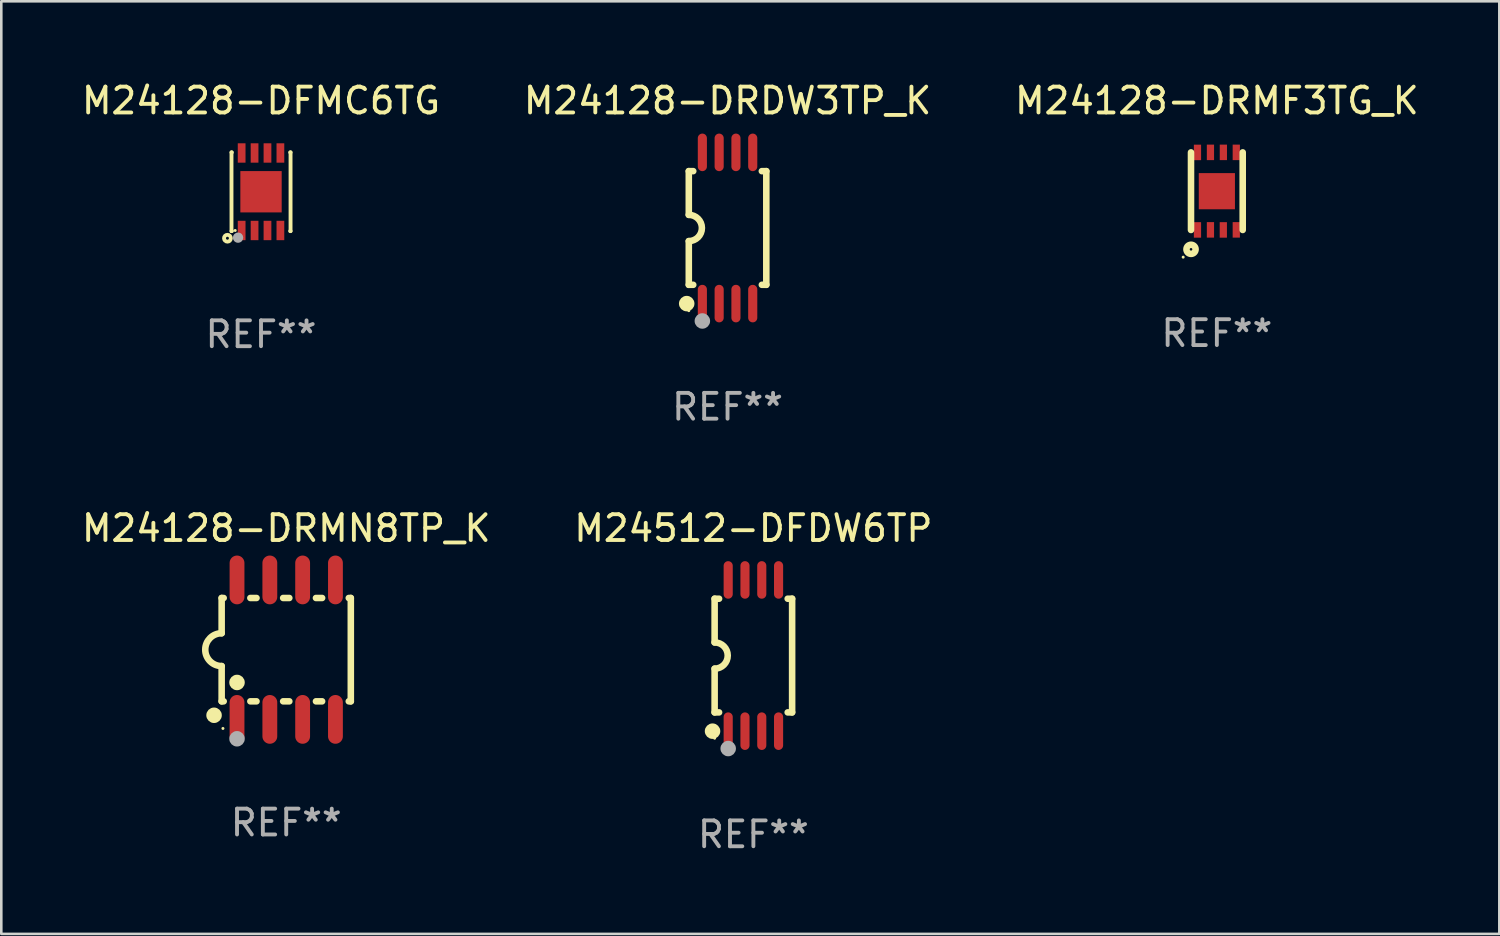
<source format=kicad_pcb>
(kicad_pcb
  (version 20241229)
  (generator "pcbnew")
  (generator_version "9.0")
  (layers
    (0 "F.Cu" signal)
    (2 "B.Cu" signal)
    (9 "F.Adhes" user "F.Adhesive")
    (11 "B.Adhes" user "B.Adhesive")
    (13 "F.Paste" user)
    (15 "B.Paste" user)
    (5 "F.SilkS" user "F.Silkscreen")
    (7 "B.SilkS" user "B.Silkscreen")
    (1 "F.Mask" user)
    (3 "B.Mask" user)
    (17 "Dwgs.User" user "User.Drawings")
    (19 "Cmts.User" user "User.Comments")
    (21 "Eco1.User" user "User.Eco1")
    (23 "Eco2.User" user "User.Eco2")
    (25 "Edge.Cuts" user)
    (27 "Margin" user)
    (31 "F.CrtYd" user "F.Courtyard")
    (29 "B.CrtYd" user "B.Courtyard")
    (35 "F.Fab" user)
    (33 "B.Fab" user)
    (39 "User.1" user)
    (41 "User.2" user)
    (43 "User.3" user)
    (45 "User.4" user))
  (footprint "M24128-DRMN8TP_K"
    (layer "F.Cu")
    (at 8.03 22.098)
    (property "Reference" "M24128-DRMN8TP_K" (at 0 -4.699 0) (layer "F.SilkS") (effects (font (size 1 1) (thickness 0.15))))
    (attr through_hole)
    (fp_line (start -2.5 -2) (end -2.5 -0.635) (stroke (width 0.254) (type solid)) (layer "F.SilkS"))
    (fp_line (start -2.5 -2) (end -2.421 -2) (stroke (width 0.254) (type solid)) (layer "F.SilkS"))
    (fp_line (start -2.5 2) (end -2.5 0.635) (stroke (width 0.254) (type solid)) (layer "F.SilkS"))
    (fp_line (start -2.5 2) (end -2.421 2) (stroke (width 0.254) (type solid)) (layer "F.SilkS"))
    (fp_line (start -1.389 -2) (end -1.151 -2) (stroke (width 0.254) (type solid)) (layer "F.SilkS"))
    (fp_line (start -1.389 2) (end -1.151 2) (stroke (width 0.254) (type solid)) (layer "F.SilkS"))
    (fp_line (start -0.119 -2) (end 0.119 -2) (stroke (width 0.254) (type solid)) (layer "F.SilkS"))
    (fp_line (start -0.119 2) (end 0.119 2) (stroke (width 0.254) (type solid)) (layer "F.SilkS"))
    (fp_line (start 1.151 -2) (end 1.389 -2) (stroke (width 0.254) (type solid)) (layer "F.SilkS"))
    (fp_line (start 1.151 2) (end 1.389 2) (stroke (width 0.254) (type solid)) (layer "F.SilkS"))
    (fp_line (start 2.421 -2) (end 2.5 -2) (stroke (width 0.254) (type solid)) (layer "F.SilkS"))
    (fp_line (start 2.421 2) (end 2.5 2) (stroke (width 0.254) (type solid)) (layer "F.SilkS"))
    (fp_line (start 2.5 -2) (end 2.5 2) (stroke (width 0.254) (type solid)) (layer "F.SilkS"))
    (fp_arc (start -2.5 0.635001) (mid -3.134366 -0.000318) (end -2.499365 -0.635001) (stroke (width 0.254001) (type solid)) (layer "F.SilkS"))
    (fp_circle (center -2.794 2.54) (end -2.644 2.54) (stroke (width 0.3) (type solid)) (fill no) (layer "F.SilkS"))
    (fp_circle (center -2.45 3.05) (end -2.42 3.05) (stroke (width 0.06) (type solid)) (fill no) (layer "F.SilkS"))
    (fp_circle (center -1.905 1.27) (end -1.755 1.27) (stroke (width 0.3) (type solid)) (fill no) (layer "F.SilkS"))
    (fp_circle (center -1.905 3.45) (end -1.755 3.45) (stroke (width 0.3) (type solid)) (fill no) (layer "F.Fab"))
    (fp_text user "REF**" (at 0 6.699 0) (layer "F.Fab") (effects (font (size 1 1) (thickness 0.15))))
    (pad "1" smd oval (at -1.905 2.699) (size 0.574 1.888) (layers "F.Cu" "F.Mask" "F.Paste"))
    (pad "2" smd oval (at -0.635 2.699) (size 0.574 1.888) (layers "F.Cu" "F.Mask" "F.Paste"))
    (pad "3" smd oval (at 0.635 2.699) (size 0.574 1.888) (layers "F.Cu" "F.Mask" "F.Paste"))
    (pad "4" smd oval (at 1.905 2.699) (size 0.574 1.888) (layers "F.Cu" "F.Mask" "F.Paste"))
    (pad "5" smd oval (at 1.905 -2.699) (size 0.574 1.888) (layers "F.Cu" "F.Mask" "F.Paste"))
    (pad "6" smd oval (at 0.635 -2.699) (size 0.574 1.888) (layers "F.Cu" "F.Mask" "F.Paste"))
    (pad "7" smd oval (at -0.635 -2.699) (size 0.574 1.888) (layers "F.Cu" "F.Mask" "F.Paste"))
    (pad "8" smd oval (at -1.905 -2.699) (size 0.574 1.888) (layers "F.Cu" "F.Mask" "F.Paste")))
  (footprint "M24128-DRDW3TP_K"
    (layer "F.Cu")
    (at 25.113 5.775)
    (property "Reference" "M24128-DRDW3TP_K" (at 0 -4.927 0) (layer "F.SilkS") (effects (font (size 1 1) (thickness 0.15))))
    (attr through_hole)
    (fp_line (start -1.5 -2.2) (end -1.5 -0.508) (stroke (width 0.254) (type solid)) (layer "F.SilkS"))
    (fp_line (start -1.5 -2.2) (end -1.328 -2.2) (stroke (width 0.254) (type solid)) (layer "F.SilkS"))
    (fp_line (start -1.5 2.2) (end -1.5 0.508) (stroke (width 0.254) (type solid)) (layer "F.SilkS"))
    (fp_line (start -1.5 2.2) (end -1.328 2.2) (stroke (width 0.254) (type solid)) (layer "F.SilkS"))
    (fp_line (start 1.328 -2.2) (end 1.5 -2.2) (stroke (width 0.254) (type solid)) (layer "F.SilkS"))
    (fp_line (start 1.328 2.2) (end 1.5 2.2) (stroke (width 0.254) (type solid)) (layer "F.SilkS"))
    (fp_line (start 1.5 -2.2) (end 1.5 2.2) (stroke (width 0.254) (type solid)) (layer "F.SilkS"))
    (fp_arc (start -1.501144 -0.508) (mid -0.993143 -0.000571) (end -1.5 0.508001) (stroke (width 0.254001) (type solid)) (layer "F.SilkS"))
    (fp_circle (center -1.581 2.927) (end -1.431 2.927) (stroke (width 0.3) (type solid)) (fill no) (layer "F.SilkS"))
    (fp_circle (center -1.5 3.2) (end -1.47 3.2) (stroke (width 0.06) (type solid)) (fill no) (layer "F.SilkS"))
    (fp_circle (center -0.975 3.6) (end -0.825 3.6) (stroke (width 0.3) (type solid)) (fill no) (layer "F.Fab"))
    (fp_text user "REF**" (at 0 6.927 0) (layer "F.Fab") (effects (font (size 1 1) (thickness 0.15))))
    (pad "1" smd oval (at -0.975 2.927) (size 0.353 1.454) (layers "F.Cu" "F.Mask" "F.Paste"))
    (pad "2" smd oval (at -0.325 2.927) (size 0.353 1.454) (layers "F.Cu" "F.Mask" "F.Paste"))
    (pad "3" smd oval (at 0.325 2.927) (size 0.353 1.454) (layers "F.Cu" "F.Mask" "F.Paste"))
    (pad "4" smd oval (at 0.975 2.927) (size 0.353 1.454) (layers "F.Cu" "F.Mask" "F.Paste"))
    (pad "5" smd oval (at 0.975 -2.927) (size 0.353 1.454) (layers "F.Cu" "F.Mask" "F.Paste"))
    (pad "6" smd oval (at 0.325 -2.927) (size 0.353 1.454) (layers "F.Cu" "F.Mask" "F.Paste"))
    (pad "7" smd oval (at -0.325 -2.927) (size 0.353 1.454) (layers "F.Cu" "F.Mask" "F.Paste"))
    (pad "8" smd oval (at -0.975 -2.927) (size 0.353 1.454) (layers "F.Cu" "F.Mask" "F.Paste")))
  (footprint "M24128-DRMF3TG_K"
    (layer "F.Cu")
    (at 44.054 4.35)
    (property "Reference" "M24128-DRMF3TG_K" (at 0 -3.502 0) (layer "F.SilkS") (effects (font (size 1 1) (thickness 0.15))))
    (attr through_hole)
    (fp_line (start -1.001 1.502) (end -1.001 -1.501) (stroke (width 0.254) (type solid)) (layer "F.SilkS"))
    (fp_line (start 1.001 1.502) (end 1.001 -1.501) (stroke (width 0.254) (type solid)) (layer "F.SilkS"))
    (fp_circle (center -1.304 2.554) (end -1.274 2.554) (stroke (width 0.06) (type solid)) (fill no) (layer "F.SilkS"))
    (fp_circle (center -1 2.251) (end -0.823 2.251) (stroke (width 0.254) (type solid)) (fill no) (layer "F.SilkS"))
    (fp_text user "REF**" (at 0 5.502 0) (layer "F.Fab") (effects (font (size 1 1) (thickness 0.15))))
    (pad "1" smd rect (at -0.75 1.5 180) (size 0.28 0.6) (layers "F.Cu" "F.Mask" "F.Paste"))
    (pad "2" smd rect (at -0.248 1.498 180) (size 0.28 0.6) (layers "F.Cu" "F.Mask" "F.Paste"))
    (pad "3" smd rect (at 0.25 1.5 180) (size 0.28 0.6) (layers "F.Cu" "F.Mask" "F.Paste"))
    (pad "4" smd rect (at 0.752 1.498 180) (size 0.28 0.6) (layers "F.Cu" "F.Mask" "F.Paste"))
    (pad "5" smd rect (at 0.752 -1.502 180) (size 0.28 0.6) (layers "F.Cu" "F.Mask" "F.Paste"))
    (pad "6" smd rect (at 0.252 -1.502 180) (size 0.28 0.6) (layers "F.Cu" "F.Mask" "F.Paste"))
    (pad "7" smd rect (at -0.248 -1.502 180) (size 0.28 0.6) (layers "F.Cu" "F.Mask" "F.Paste"))
    (pad "8" smd rect (at -0.75 -1.5 180) (size 0.28 0.6) (layers "F.Cu" "F.Mask" "F.Paste"))
    (pad "9" smd rect (at 0.000051 0.001 270) (size 1.4 1.4) (layers "F.Cu" "F.Mask" "F.Paste")))
  (footprint "M24512-DFDW6TP"
    (layer "F.Cu")
    (at 26.113 22.326)
    (property "Reference" "M24512-DFDW6TP" (at 0 -4.927 0) (layer "F.SilkS") (effects (font (size 1 1) (thickness 0.15))))
    (attr through_hole)
    (fp_line (start -1.5 -2.2) (end -1.5 -0.508) (stroke (width 0.254) (type solid)) (layer "F.SilkS"))
    (fp_line (start -1.5 -2.2) (end -1.328 -2.2) (stroke (width 0.254) (type solid)) (layer "F.SilkS"))
    (fp_line (start -1.5 2.2) (end -1.5 0.508) (stroke (width 0.254) (type solid)) (layer "F.SilkS"))
    (fp_line (start -1.5 2.2) (end -1.328 2.2) (stroke (width 0.254) (type solid)) (layer "F.SilkS"))
    (fp_line (start 1.328 -2.2) (end 1.5 -2.2) (stroke (width 0.254) (type solid)) (layer "F.SilkS"))
    (fp_line (start 1.328 2.2) (end 1.5 2.2) (stroke (width 0.254) (type solid)) (layer "F.SilkS"))
    (fp_line (start 1.5 -2.2) (end 1.5 2.2) (stroke (width 0.254) (type solid)) (layer "F.SilkS"))
    (fp_arc (start -1.501144 -0.508) (mid -0.993143 -0.000571) (end -1.5 0.508001) (stroke (width 0.254001) (type solid)) (layer "F.SilkS"))
    (fp_circle (center -1.581 2.927) (end -1.431 2.927) (stroke (width 0.3) (type solid)) (fill no) (layer "F.SilkS"))
    (fp_circle (center -1.5 3.2) (end -1.47 3.2) (stroke (width 0.06) (type solid)) (fill no) (layer "F.SilkS"))
    (fp_circle (center -0.975 3.6) (end -0.825 3.6) (stroke (width 0.3) (type solid)) (fill no) (layer "F.Fab"))
    (fp_text user "REF**" (at 0 6.927 0) (layer "F.Fab") (effects (font (size 1 1) (thickness 0.15))))
    (pad "1" smd oval (at -0.975 2.927) (size 0.353 1.454) (layers "F.Cu" "F.Mask" "F.Paste"))
    (pad "2" smd oval (at -0.325 2.927) (size 0.353 1.454) (layers "F.Cu" "F.Mask" "F.Paste"))
    (pad "3" smd oval (at 0.325 2.927) (size 0.353 1.454) (layers "F.Cu" "F.Mask" "F.Paste"))
    (pad "4" smd oval (at 0.975 2.927) (size 0.353 1.454) (layers "F.Cu" "F.Mask" "F.Paste"))
    (pad "5" smd oval (at 0.975 -2.927) (size 0.353 1.454) (layers "F.Cu" "F.Mask" "F.Paste"))
    (pad "6" smd oval (at 0.325 -2.927) (size 0.353 1.454) (layers "F.Cu" "F.Mask" "F.Paste"))
    (pad "7" smd oval (at -0.325 -2.927) (size 0.353 1.454) (layers "F.Cu" "F.Mask" "F.Paste"))
    (pad "8" smd oval (at -0.975 -2.927) (size 0.353 1.454) (layers "F.Cu" "F.Mask" "F.Paste")))
  (footprint "M24128-DFMC6TG"
    (layer "F.Cu")
    (at 7.054 4.372)
    (property "Reference" "M24128-DFMC6TG" (at 0 -3.524 0) (layer "F.SilkS") (effects (font (size 1 1) (thickness 0.15))))
    (attr through_hole)
    (fp_line (start -1.143 -1.524) (end -1.143 1.524) (stroke (width 0.15) (type solid)) (layer "F.SilkS"))
    (fp_line (start -1.143 1.524) (end -1.129 1.524) (stroke (width 0.15) (type solid)) (layer "F.SilkS"))
    (fp_line (start -1.129 -1.524) (end -1.143 -1.524) (stroke (width 0.15) (type solid)) (layer "F.SilkS"))
    (fp_line (start 1.129 1.524) (end 1.143 1.524) (stroke (width 0.15) (type solid)) (layer "F.SilkS"))
    (fp_line (start 1.143 -1.524) (end 1.129 -1.524) (stroke (width 0.15) (type solid)) (layer "F.SilkS"))
    (fp_line (start 1.143 1.524) (end 1.143 -1.524) (stroke (width 0.15) (type solid)) (layer "F.SilkS"))
    (fp_circle (center -1.3 1.8) (end -1.243 1.8) (stroke (width 0.15) (type solid)) (fill no) (layer "F.SilkS"))
    (fp_circle (center -1 1.5) (end -0.97 1.5) (stroke (width 0.06) (type solid)) (fill no) (layer "F.SilkS"))
    (fp_circle (center -0.889 1.778) (end -0.789 1.778) (stroke (width 0.2) (type solid)) (fill no) (layer "F.Fab"))
    (fp_text user "REF**" (at 0 5.524 0) (layer "F.Fab") (effects (font (size 1 1) (thickness 0.15))))
    (pad "1" smd rect (at -0.75 1.5 90) (size 0.75 0.3) (layers "F.Cu" "F.Mask" "F.Paste"))
    (pad "2" smd rect (at -0.25 1.5 90) (size 0.75 0.3) (layers "F.Cu" "F.Mask" "F.Paste"))
    (pad "3" smd rect (at 0.25 1.5 90) (size 0.75 0.3) (layers "F.Cu" "F.Mask" "F.Paste"))
    (pad "4" smd rect (at 0.75 1.5 90) (size 0.75 0.3) (layers "F.Cu" "F.Mask" "F.Paste"))
    (pad "5" smd rect (at 0.75 -1.5 90) (size 0.75 0.3) (layers "F.Cu" "F.Mask" "F.Paste"))
    (pad "6" smd rect (at 0.25 -1.5 90) (size 0.75 0.3) (layers "F.Cu" "F.Mask" "F.Paste"))
    (pad "7" smd rect (at -0.25 -1.5 90) (size 0.75 0.3) (layers "F.Cu" "F.Mask" "F.Paste"))
    (pad "8" smd rect (at -0.75 -1.5 90) (size 0.75 0.3) (layers "F.Cu" "F.Mask" "F.Paste"))
    (pad "9" smd rect (at -0.000203 0.000457 90) (size 1.6 1.6) (layers "F.Cu" "F.Mask" "F.Paste")))
  (gr_rect
    (start -3 -3)
    (end 54.988 33.101)
    (stroke (width 0.1) (type default))
    (fill no)
    (layer "Edge.Cuts")))
</source>
